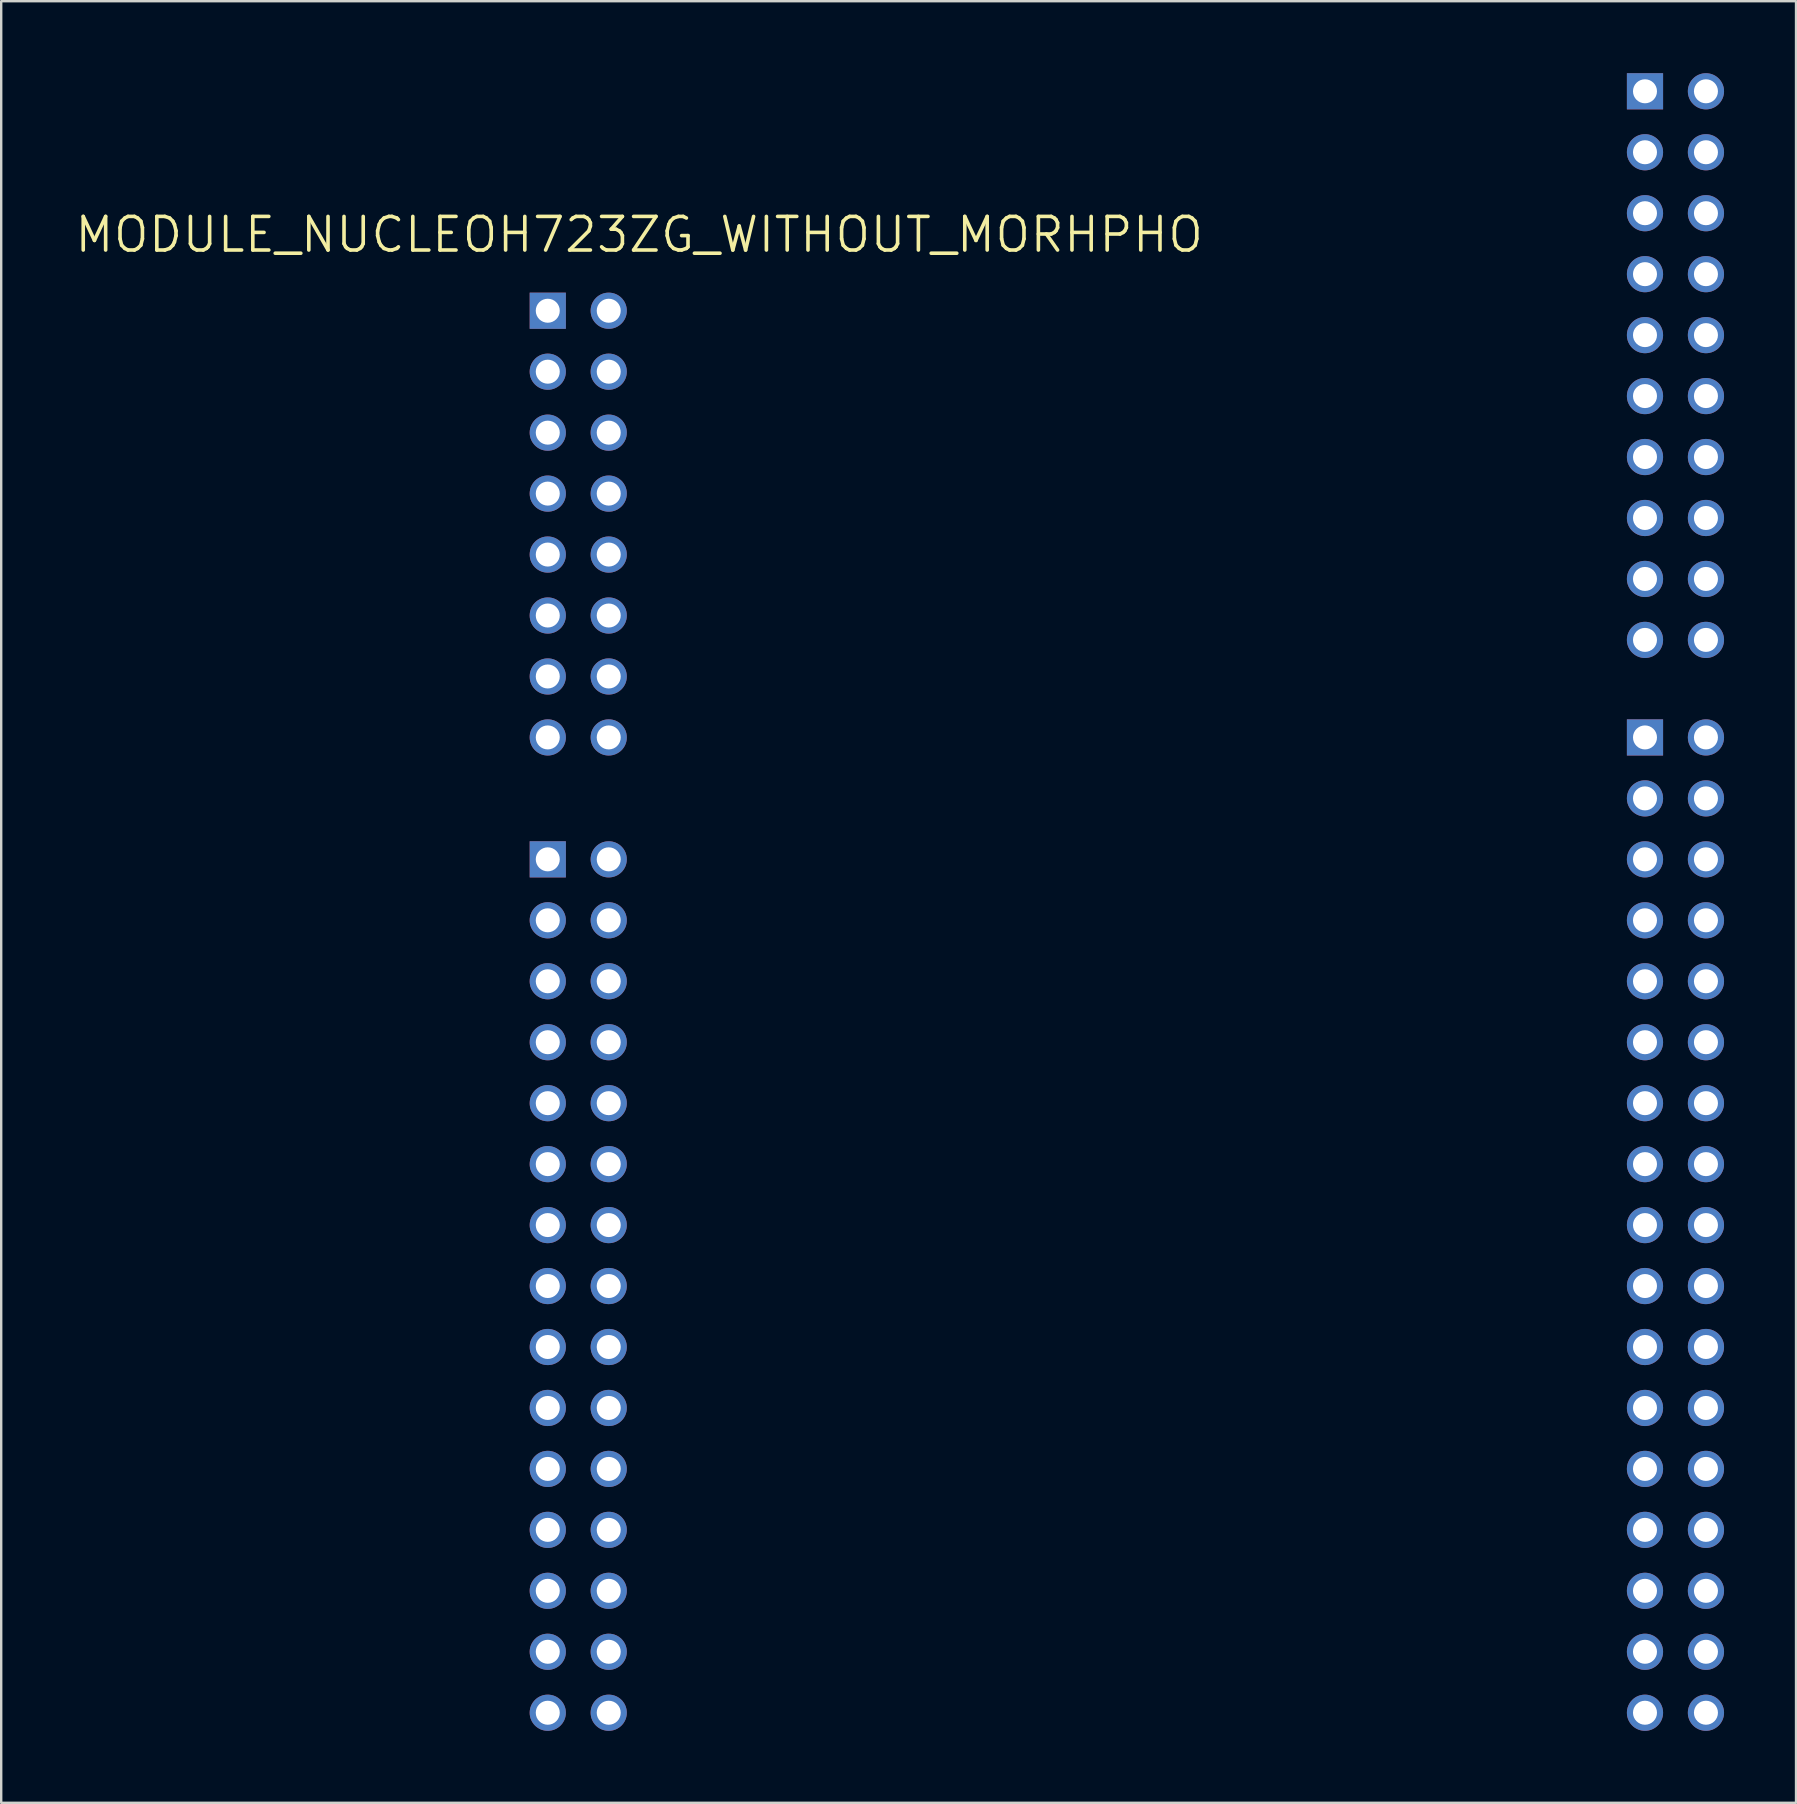
<source format=kicad_pcb>
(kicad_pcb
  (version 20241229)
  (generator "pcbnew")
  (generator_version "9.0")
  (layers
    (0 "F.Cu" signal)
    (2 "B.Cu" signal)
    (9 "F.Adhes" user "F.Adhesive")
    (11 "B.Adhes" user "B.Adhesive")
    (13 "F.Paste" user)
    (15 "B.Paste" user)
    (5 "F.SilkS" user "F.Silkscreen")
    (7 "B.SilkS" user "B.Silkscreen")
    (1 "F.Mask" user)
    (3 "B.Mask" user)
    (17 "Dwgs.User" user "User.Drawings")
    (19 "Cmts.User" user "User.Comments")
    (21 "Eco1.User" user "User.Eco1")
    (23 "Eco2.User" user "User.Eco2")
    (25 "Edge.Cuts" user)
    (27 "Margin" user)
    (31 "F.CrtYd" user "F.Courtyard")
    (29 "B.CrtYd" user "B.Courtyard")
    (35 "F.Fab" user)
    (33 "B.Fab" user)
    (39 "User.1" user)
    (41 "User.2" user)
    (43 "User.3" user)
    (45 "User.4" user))
  (footprint "MODULE_NUCLEOH723ZG_WITHOUT_MORHPHO"
    (layer "F.Cu")
    (at 43.905 34.668)
    (property "Reference" "MODULE_NUCLEOH723ZG_WITHOUT_MORHPHO" (at -20.32 -27.94 0) (layer "F.SilkS") (effects (font (size 1.4 1.4) (thickness 0.15))))
    (attr through_hole)
    (pad "CN7_1" thru_hole rect (at 21.59 -33.914) (size 1.508 1.508) (drill 1) (layers "*.Cu" "*.Mask"))
    (pad "CN7_2" thru_hole circle (at 24.13 -33.914) (size 1.508 1.508) (drill 1) (layers "*.Cu" "*.Mask"))
    (pad "CN7_3" thru_hole circle (at 21.59 -31.374) (size 1.508 1.508) (drill 1) (layers "*.Cu" "*.Mask"))
    (pad "CN7_4" thru_hole circle (at 24.13 -31.374) (size 1.508 1.508) (drill 1) (layers "*.Cu" "*.Mask"))
    (pad "CN7_5" thru_hole circle (at 21.59 -28.834) (size 1.508 1.508) (drill 1) (layers "*.Cu" "*.Mask"))
    (pad "CN7_6" thru_hole circle (at 24.13 -28.834) (size 1.508 1.508) (drill 1) (layers "*.Cu" "*.Mask"))
    (pad "CN7_7" thru_hole circle (at 21.59 -26.294) (size 1.508 1.508) (drill 1) (layers "*.Cu" "*.Mask"))
    (pad "CN7_8" thru_hole circle (at 24.13 -26.294) (size 1.508 1.508) (drill 1) (layers "*.Cu" "*.Mask"))
    (pad "CN7_9" thru_hole circle (at 21.59 -23.754) (size 1.508 1.508) (drill 1) (layers "*.Cu" "*.Mask"))
    (pad "CN7_10" thru_hole circle (at 24.13 -23.754) (size 1.508 1.508) (drill 1) (layers "*.Cu" "*.Mask"))
    (pad "CN7_11" thru_hole circle (at 21.59 -21.214) (size 1.508 1.508) (drill 1) (layers "*.Cu" "*.Mask"))
    (pad "CN7_12" thru_hole circle (at 24.13 -21.214) (size 1.508 1.508) (drill 1) (layers "*.Cu" "*.Mask"))
    (pad "CN7_13" thru_hole circle (at 21.59 -18.674) (size 1.508 1.508) (drill 1) (layers "*.Cu" "*.Mask"))
    (pad "CN7_14" thru_hole circle (at 24.13 -18.674) (size 1.508 1.508) (drill 1) (layers "*.Cu" "*.Mask"))
    (pad "CN7_15" thru_hole circle (at 21.59 -16.134) (size 1.508 1.508) (drill 1) (layers "*.Cu" "*.Mask"))
    (pad "CN7_16" thru_hole circle (at 24.13 -16.134) (size 1.508 1.508) (drill 1) (layers "*.Cu" "*.Mask"))
    (pad "CN7_17" thru_hole circle (at 21.59 -13.594) (size 1.508 1.508) (drill 1) (layers "*.Cu" "*.Mask"))
    (pad "CN7_18" thru_hole circle (at 24.13 -13.594) (size 1.508 1.508) (drill 1) (layers "*.Cu" "*.Mask"))
    (pad "CN7_19" thru_hole circle (at 21.59 -11.054) (size 1.508 1.508) (drill 1) (layers "*.Cu" "*.Mask"))
    (pad "CN7_20" thru_hole circle (at 24.13 -11.054) (size 1.508 1.508) (drill 1) (layers "*.Cu" "*.Mask"))
    (pad "CN8_1" thru_hole rect (at -24.13 -24.77) (size 1.508 1.508) (drill 1) (layers "*.Cu" "*.Mask"))
    (pad "CN8_2" thru_hole circle (at -21.59 -24.77) (size 1.508 1.508) (drill 1) (layers "*.Cu" "*.Mask"))
    (pad "CN8_3" thru_hole circle (at -24.13 -22.23) (size 1.508 1.508) (drill 1) (layers "*.Cu" "*.Mask"))
    (pad "CN8_4" thru_hole circle (at -21.59 -22.23) (size 1.508 1.508) (drill 1) (layers "*.Cu" "*.Mask"))
    (pad "CN8_5" thru_hole circle (at -24.13 -19.69) (size 1.508 1.508) (drill 1) (layers "*.Cu" "*.Mask"))
    (pad "CN8_6" thru_hole circle (at -21.59 -19.69) (size 1.508 1.508) (drill 1) (layers "*.Cu" "*.Mask"))
    (pad "CN8_7" thru_hole circle (at -24.13 -17.15) (size 1.508 1.508) (drill 1) (layers "*.Cu" "*.Mask"))
    (pad "CN8_8" thru_hole circle (at -21.59 -17.15) (size 1.508 1.508) (drill 1) (layers "*.Cu" "*.Mask"))
    (pad "CN8_9" thru_hole circle (at -24.13 -14.61) (size 1.508 1.508) (drill 1) (layers "*.Cu" "*.Mask"))
    (pad "CN8_10" thru_hole circle (at -21.59 -14.61) (size 1.508 1.508) (drill 1) (layers "*.Cu" "*.Mask"))
    (pad "CN8_11" thru_hole circle (at -24.13 -12.07) (size 1.508 1.508) (drill 1) (layers "*.Cu" "*.Mask"))
    (pad "CN8_12" thru_hole circle (at -21.59 -12.07) (size 1.508 1.508) (drill 1) (layers "*.Cu" "*.Mask"))
    (pad "CN8_13" thru_hole circle (at -24.13 -9.53) (size 1.508 1.508) (drill 1) (layers "*.Cu" "*.Mask"))
    (pad "CN8_14" thru_hole circle (at -21.59 -9.53) (size 1.508 1.508) (drill 1) (layers "*.Cu" "*.Mask"))
    (pad "CN8_15" thru_hole circle (at -24.13 -6.99) (size 1.508 1.508) (drill 1) (layers "*.Cu" "*.Mask"))
    (pad "CN8_16" thru_hole circle (at -21.59 -6.99) (size 1.508 1.508) (drill 1) (layers "*.Cu" "*.Mask"))
    (pad "CN9_1" thru_hole rect (at -24.13 -1.91) (size 1.508 1.508) (drill 1) (layers "*.Cu" "*.Mask"))
    (pad "CN9_2" thru_hole circle (at -21.59 -1.91) (size 1.508 1.508) (drill 1) (layers "*.Cu" "*.Mask"))
    (pad "CN9_3" thru_hole circle (at -24.13 0.63) (size 1.508 1.508) (drill 1) (layers "*.Cu" "*.Mask"))
    (pad "CN9_4" thru_hole circle (at -21.59 0.63) (size 1.508 1.508) (drill 1) (layers "*.Cu" "*.Mask"))
    (pad "CN9_5" thru_hole circle (at -24.13 3.17) (size 1.508 1.508) (drill 1) (layers "*.Cu" "*.Mask"))
    (pad "CN9_6" thru_hole circle (at -21.59 3.17) (size 1.508 1.508) (drill 1) (layers "*.Cu" "*.Mask"))
    (pad "CN9_7" thru_hole circle (at -24.13 5.71) (size 1.508 1.508) (drill 1) (layers "*.Cu" "*.Mask"))
    (pad "CN9_8" thru_hole circle (at -21.59 5.71) (size 1.508 1.508) (drill 1) (layers "*.Cu" "*.Mask"))
    (pad "CN9_9" thru_hole circle (at -24.13 8.25) (size 1.508 1.508) (drill 1) (layers "*.Cu" "*.Mask"))
    (pad "CN9_10" thru_hole circle (at -21.59 8.25) (size 1.508 1.508) (drill 1) (layers "*.Cu" "*.Mask"))
    (pad "CN9_11" thru_hole circle (at -24.13 10.79) (size 1.508 1.508) (drill 1) (layers "*.Cu" "*.Mask"))
    (pad "CN9_12" thru_hole circle (at -21.59 10.79) (size 1.508 1.508) (drill 1) (layers "*.Cu" "*.Mask"))
    (pad "CN9_13" thru_hole circle (at -24.13 13.33) (size 1.508 1.508) (drill 1) (layers "*.Cu" "*.Mask"))
    (pad "CN9_14" thru_hole circle (at -21.59 13.33) (size 1.508 1.508) (drill 1) (layers "*.Cu" "*.Mask"))
    (pad "CN9_15" thru_hole circle (at -24.13 15.87) (size 1.508 1.508) (drill 1) (layers "*.Cu" "*.Mask"))
    (pad "CN9_16" thru_hole circle (at -21.59 15.87) (size 1.508 1.508) (drill 1) (layers "*.Cu" "*.Mask"))
    (pad "CN9_17" thru_hole circle (at -24.13 18.41) (size 1.508 1.508) (drill 1) (layers "*.Cu" "*.Mask"))
    (pad "CN9_18" thru_hole circle (at -21.59 18.41) (size 1.508 1.508) (drill 1) (layers "*.Cu" "*.Mask"))
    (pad "CN9_19" thru_hole circle (at -24.13 20.95) (size 1.508 1.508) (drill 1) (layers "*.Cu" "*.Mask"))
    (pad "CN9_20" thru_hole circle (at -21.59 20.95) (size 1.508 1.508) (drill 1) (layers "*.Cu" "*.Mask"))
    (pad "CN9_21" thru_hole circle (at -24.13 23.49) (size 1.508 1.508) (drill 1) (layers "*.Cu" "*.Mask"))
    (pad "CN9_22" thru_hole circle (at -21.59 23.49) (size 1.508 1.508) (drill 1) (layers "*.Cu" "*.Mask"))
    (pad "CN9_23" thru_hole circle (at -24.13 26.03) (size 1.508 1.508) (drill 1) (layers "*.Cu" "*.Mask"))
    (pad "CN9_24" thru_hole circle (at -21.59 26.03) (size 1.508 1.508) (drill 1) (layers "*.Cu" "*.Mask"))
    (pad "CN9_25" thru_hole circle (at -24.13 28.57) (size 1.508 1.508) (drill 1) (layers "*.Cu" "*.Mask"))
    (pad "CN9_26" thru_hole circle (at -21.59 28.57) (size 1.508 1.508) (drill 1) (layers "*.Cu" "*.Mask"))
    (pad "CN9_27" thru_hole circle (at -24.13 31.11) (size 1.508 1.508) (drill 1) (layers "*.Cu" "*.Mask"))
    (pad "CN9_28" thru_hole circle (at -21.59 31.11) (size 1.508 1.508) (drill 1) (layers "*.Cu" "*.Mask"))
    (pad "CN9_29" thru_hole circle (at -24.13 33.65) (size 1.508 1.508) (drill 1) (layers "*.Cu" "*.Mask"))
    (pad "CN9_30" thru_hole circle (at -21.59 33.65) (size 1.508 1.508) (drill 1) (layers "*.Cu" "*.Mask"))
    (pad "CN10_1" thru_hole rect (at 21.59 -6.99) (size 1.508 1.508) (drill 1) (layers "*.Cu" "*.Mask"))
    (pad "CN10_2" thru_hole circle (at 24.13 -6.99) (size 1.508 1.508) (drill 1) (layers "*.Cu" "*.Mask"))
    (pad "CN10_3" thru_hole circle (at 21.59 -4.45) (size 1.508 1.508) (drill 1) (layers "*.Cu" "*.Mask"))
    (pad "CN10_4" thru_hole circle (at 24.13 -4.45) (size 1.508 1.508) (drill 1) (layers "*.Cu" "*.Mask"))
    (pad "CN10_5" thru_hole circle (at 21.59 -1.91) (size 1.508 1.508) (drill 1) (layers "*.Cu" "*.Mask"))
    (pad "CN10_6" thru_hole circle (at 24.13 -1.91) (size 1.508 1.508) (drill 1) (layers "*.Cu" "*.Mask"))
    (pad "CN10_7" thru_hole circle (at 21.59 0.63) (size 1.508 1.508) (drill 1) (layers "*.Cu" "*.Mask"))
    (pad "CN10_8" thru_hole circle (at 24.13 0.63) (size 1.508 1.508) (drill 1) (layers "*.Cu" "*.Mask"))
    (pad "CN10_9" thru_hole circle (at 21.59 3.17) (size 1.508 1.508) (drill 1) (layers "*.Cu" "*.Mask"))
    (pad "CN10_10" thru_hole circle (at 24.13 3.17) (size 1.508 1.508) (drill 1) (layers "*.Cu" "*.Mask"))
    (pad "CN10_11" thru_hole circle (at 21.59 5.71) (size 1.508 1.508) (drill 1) (layers "*.Cu" "*.Mask"))
    (pad "CN10_12" thru_hole circle (at 24.13 5.71) (size 1.508 1.508) (drill 1) (layers "*.Cu" "*.Mask"))
    (pad "CN10_13" thru_hole circle (at 21.59 8.25) (size 1.508 1.508) (drill 1) (layers "*.Cu" "*.Mask"))
    (pad "CN10_14" thru_hole circle (at 24.13 8.25) (size 1.508 1.508) (drill 1) (layers "*.Cu" "*.Mask"))
    (pad "CN10_15" thru_hole circle (at 21.59 10.79) (size 1.508 1.508) (drill 1) (layers "*.Cu" "*.Mask"))
    (pad "CN10_16" thru_hole circle (at 24.13 10.79) (size 1.508 1.508) (drill 1) (layers "*.Cu" "*.Mask"))
    (pad "CN10_17" thru_hole circle (at 21.59 13.33) (size 1.508 1.508) (drill 1) (layers "*.Cu" "*.Mask"))
    (pad "CN10_18" thru_hole circle (at 24.13 13.33) (size 1.508 1.508) (drill 1) (layers "*.Cu" "*.Mask"))
    (pad "CN10_19" thru_hole circle (at 21.59 15.87) (size 1.508 1.508) (drill 1) (layers "*.Cu" "*.Mask"))
    (pad "CN10_20" thru_hole circle (at 24.13 15.87) (size 1.508 1.508) (drill 1) (layers "*.Cu" "*.Mask"))
    (pad "CN10_21" thru_hole circle (at 21.59 18.41) (size 1.508 1.508) (drill 1) (layers "*.Cu" "*.Mask"))
    (pad "CN10_22" thru_hole circle (at 24.13 18.41) (size 1.508 1.508) (drill 1) (layers "*.Cu" "*.Mask"))
    (pad "CN10_23" thru_hole circle (at 21.59 20.95) (size 1.508 1.508) (drill 1) (layers "*.Cu" "*.Mask"))
    (pad "CN10_24" thru_hole circle (at 24.13 20.95) (size 1.508 1.508) (drill 1) (layers "*.Cu" "*.Mask"))
    (pad "CN10_25" thru_hole circle (at 21.59 23.49) (size 1.508 1.508) (drill 1) (layers "*.Cu" "*.Mask"))
    (pad "CN10_26" thru_hole circle (at 24.13 23.49) (size 1.508 1.508) (drill 1) (layers "*.Cu" "*.Mask"))
    (pad "CN10_27" thru_hole circle (at 21.59 26.03) (size 1.508 1.508) (drill 1) (layers "*.Cu" "*.Mask"))
    (pad "CN10_28" thru_hole circle (at 24.13 26.03) (size 1.508 1.508) (drill 1) (layers "*.Cu" "*.Mask"))
    (pad "CN10_29" thru_hole circle (at 21.59 28.57) (size 1.508 1.508) (drill 1) (layers "*.Cu" "*.Mask"))
    (pad "CN10_30" thru_hole circle (at 24.13 28.57) (size 1.508 1.508) (drill 1) (layers "*.Cu" "*.Mask"))
    (pad "CN10_31" thru_hole circle (at 21.59 31.11) (size 1.508 1.508) (drill 1) (layers "*.Cu" "*.Mask"))
    (pad "CN10_32" thru_hole circle (at 24.13 31.11) (size 1.508 1.508) (drill 1) (layers "*.Cu" "*.Mask"))
    (pad "CN10_33" thru_hole circle (at 21.59 33.65) (size 1.508 1.508) (drill 1) (layers "*.Cu" "*.Mask"))
    (pad "CN10_34" thru_hole circle (at 24.13 33.65) (size 1.508 1.508) (drill 1) (layers "*.Cu" "*.Mask")))
  (gr_rect
    (start -3 -3)
    (end 71.789 72.072)
    (stroke (width 0.1) (type default))
    (fill no)
    (layer "Edge.Cuts")))
</source>
